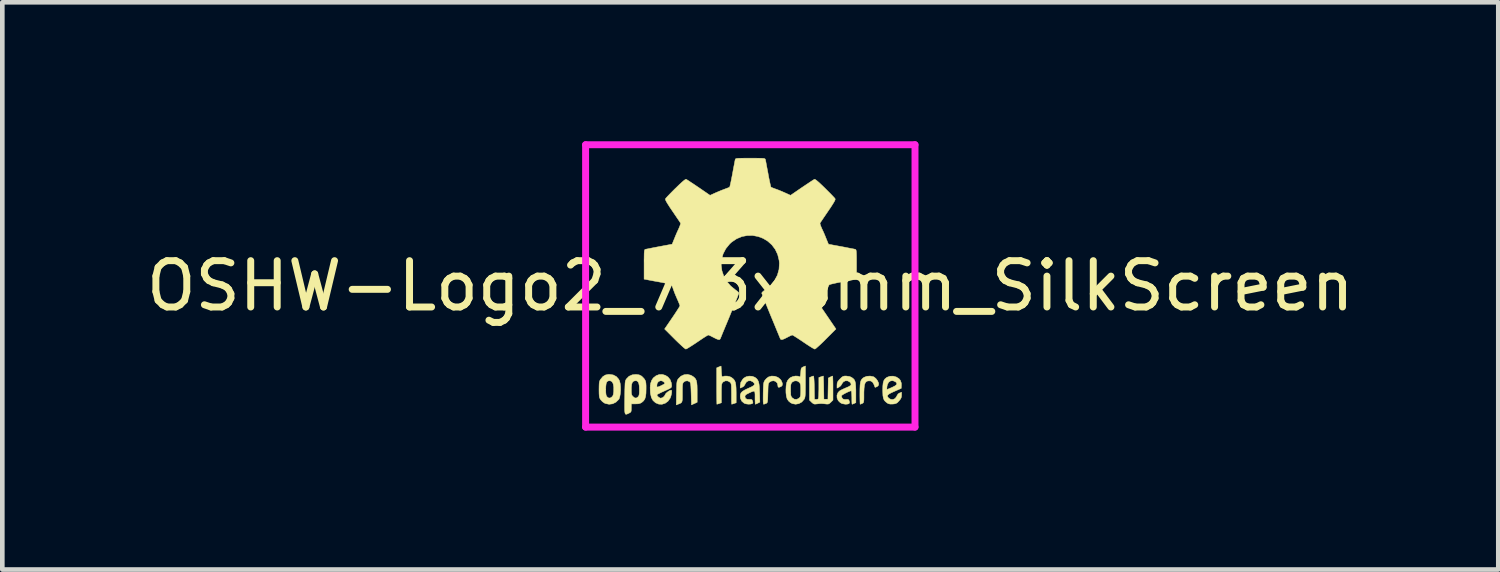
<source format=kicad_pcb>
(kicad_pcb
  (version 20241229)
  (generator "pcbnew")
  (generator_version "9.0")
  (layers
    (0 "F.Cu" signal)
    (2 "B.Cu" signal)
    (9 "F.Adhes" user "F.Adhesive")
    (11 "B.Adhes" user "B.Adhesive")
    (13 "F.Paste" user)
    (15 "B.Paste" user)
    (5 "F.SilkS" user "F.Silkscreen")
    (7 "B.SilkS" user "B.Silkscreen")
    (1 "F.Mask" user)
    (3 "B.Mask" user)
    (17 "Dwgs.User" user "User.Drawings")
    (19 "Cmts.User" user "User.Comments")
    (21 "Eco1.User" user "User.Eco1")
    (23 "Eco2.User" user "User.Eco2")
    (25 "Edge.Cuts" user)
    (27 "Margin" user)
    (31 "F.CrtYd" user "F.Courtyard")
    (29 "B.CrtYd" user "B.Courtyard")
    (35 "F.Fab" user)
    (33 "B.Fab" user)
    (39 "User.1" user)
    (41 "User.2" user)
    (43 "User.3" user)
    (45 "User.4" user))
  (footprint "OSHW-Logo2_7.3x6mm_SilkScreen"
    (layer "F.Cu")
    (at 13.149 3.123)
    (property "Reference" "OSHW-Logo2_7.3x6mm_SilkScreen" (at 0 0 0) (layer "F.SilkS") (effects (font (size 1 1) (thickness 0.15))))
    (attr exclude_from_pos_files exclude_from_bom)
    (fp_poly (pts (xy 2.653 1.959) (xy 2.67 1.966) (xy 2.711 1.999) (xy 2.747 2.047) (xy 2.769 2.097) (xy 2.772 2.122) (xy 2.76 2.157) (xy 2.734 2.175) (xy 2.706 2.187) (xy 2.693 2.189) (xy 2.687 2.174) (xy 2.674 2.141) (xy 2.669 2.127) (xy 2.639 2.076) (xy 2.595 2.05) (xy 2.538 2.051) (xy 2.534 2.052) (xy 2.504 2.067) (xy 2.481 2.094) (xy 2.466 2.139) (xy 2.457 2.205) (xy 2.453 2.294) (xy 2.453 2.341) (xy 2.453 2.416) (xy 2.452 2.467) (xy 2.448 2.499) (xy 2.442 2.518) (xy 2.432 2.529) (xy 2.417 2.537) (xy 2.416 2.538) (xy 2.387 2.55) (xy 2.372 2.555) (xy 2.37 2.541) (xy 2.368 2.503) (xy 2.367 2.446) (xy 2.366 2.374) (xy 2.366 2.322) (xy 2.367 2.22) (xy 2.37 2.143) (xy 2.377 2.086) (xy 2.389 2.045) (xy 2.407 2.014) (xy 2.432 1.99) (xy 2.457 1.973) (xy 2.517 1.951) (xy 2.587 1.946) (xy 2.653 1.959)) (stroke (width 0.01) (type solid)) (fill yes) (layer "F.SilkS"))
    (fp_poly (pts (xy -1.284 1.928) (xy -1.237 1.955) (xy -1.205 1.981) (xy -1.181 2.009) (xy -1.165 2.044) (xy -1.155 2.089) (xy -1.149 2.151) (xy -1.147 2.234) (xy -1.147 2.293) (xy -1.147 2.512) (xy -1.208 2.54) (xy -1.27 2.568) (xy -1.277 2.328) (xy -1.28 2.238) (xy -1.283 2.173) (xy -1.287 2.128) (xy -1.293 2.099) (xy -1.3 2.081) (xy -1.31 2.07) (xy -1.313 2.067) (xy -1.36 2.048) (xy -1.408 2.056) (xy -1.437 2.076) (xy -1.449 2.09) (xy -1.457 2.108) (xy -1.462 2.136) (xy -1.465 2.179) (xy -1.466 2.242) (xy -1.466 2.307) (xy -1.466 2.389) (xy -1.467 2.447) (xy -1.472 2.486) (xy -1.482 2.512) (xy -1.499 2.528) (xy -1.525 2.541) (xy -1.56 2.554) (xy -1.598 2.569) (xy -1.594 2.311) (xy -1.592 2.219) (xy -1.59 2.15) (xy -1.587 2.101) (xy -1.582 2.066) (xy -1.575 2.042) (xy -1.566 2.022) (xy -1.554 2.005) (xy -1.499 1.95) (xy -1.431 1.918) (xy -1.357 1.91) (xy -1.284 1.928)) (stroke (width 0.01) (type solid)) (fill yes) (layer "F.SilkS"))
    (fp_poly (pts (xy 0.53 1.95) (xy 0.596 1.974) (xy 0.649 2.017) (xy 0.67 2.047) (xy 0.693 2.103) (xy 0.692 2.143) (xy 0.669 2.17) (xy 0.66 2.175) (xy 0.622 2.189) (xy 0.602 2.185) (xy 0.595 2.161) (xy 0.595 2.148) (xy 0.583 2.099) (xy 0.551 2.065) (xy 0.508 2.048) (xy 0.459 2.053) (xy 0.419 2.074) (xy 0.405 2.087) (xy 0.396 2.101) (xy 0.389 2.124) (xy 0.385 2.159) (xy 0.383 2.212) (xy 0.381 2.288) (xy 0.38 2.312) (xy 0.378 2.394) (xy 0.376 2.451) (xy 0.372 2.49) (xy 0.367 2.513) (xy 0.359 2.526) (xy 0.347 2.535) (xy 0.339 2.538) (xy 0.307 2.55) (xy 0.288 2.555) (xy 0.282 2.541) (xy 0.278 2.5) (xy 0.277 2.431) (xy 0.278 2.334) (xy 0.278 2.319) (xy 0.28 2.23) (xy 0.283 2.165) (xy 0.286 2.119) (xy 0.292 2.087) (xy 0.3 2.064) (xy 0.311 2.044) (xy 0.317 2.035) (xy 0.35 1.998) (xy 0.388 1.969) (xy 0.392 1.966) (xy 0.459 1.946) (xy 0.53 1.95)) (stroke (width 0.01) (type solid)) (fill yes) (layer "F.SilkS"))
    (fp_poly (pts (xy -0.624 1.851) (xy -0.62 1.911) (xy -0.615 1.946) (xy -0.608 1.961) (xy -0.598 1.961) (xy -0.595 1.959) (xy -0.552 1.946) (xy -0.497 1.947) (xy -0.44 1.96) (xy -0.405 1.978) (xy -0.369 2.006) (xy -0.342 2.038) (xy -0.324 2.078) (xy -0.313 2.132) (xy -0.307 2.204) (xy -0.305 2.299) (xy -0.305 2.317) (xy -0.305 2.523) (xy -0.351 2.539) (xy -0.383 2.549) (xy -0.401 2.554) (xy -0.401 2.555) (xy -0.403 2.541) (xy -0.405 2.503) (xy -0.406 2.446) (xy -0.406 2.375) (xy -0.406 2.332) (xy -0.407 2.247) (xy -0.408 2.186) (xy -0.41 2.144) (xy -0.415 2.117) (xy -0.422 2.098) (xy -0.433 2.085) (xy -0.44 2.078) (xy -0.487 2.051) (xy -0.538 2.049) (xy -0.584 2.072) (xy -0.593 2.08) (xy -0.605 2.095) (xy -0.614 2.114) (xy -0.619 2.14) (xy -0.622 2.18) (xy -0.624 2.238) (xy -0.624 2.318) (xy -0.624 2.523) (xy -0.67 2.539) (xy -0.702 2.549) (xy -0.72 2.554) (xy -0.721 2.555) (xy -0.722 2.541) (xy -0.723 2.501) (xy -0.724 2.441) (xy -0.725 2.362) (xy -0.726 2.269) (xy -0.726 2.167) (xy -0.726 1.769) (xy -0.679 1.749) (xy -0.631 1.73) (xy -0.624 1.851)) (stroke (width 0.01) (type solid)) (fill yes) (layer "F.SilkS"))
    (fp_poly (pts (xy 1.78 1.959) (xy 1.782 1.997) (xy 1.784 2.055) (xy 1.785 2.128) (xy 1.785 2.205) (xy 1.785 2.465) (xy 1.739 2.511) (xy 1.708 2.539) (xy 1.68 2.551) (xy 1.642 2.55) (xy 1.627 2.548) (xy 1.58 2.543) (xy 1.541 2.54) (xy 1.531 2.54) (xy 1.499 2.541) (xy 1.453 2.546) (xy 1.436 2.548) (xy 1.392 2.552) (xy 1.363 2.544) (xy 1.334 2.521) (xy 1.323 2.511) (xy 1.277 2.465) (xy 1.277 1.979) (xy 1.314 1.962) (xy 1.346 1.949) (xy 1.365 1.945) (xy 1.369 1.959) (xy 1.374 1.997) (xy 1.378 2.056) (xy 1.381 2.132) (xy 1.382 2.195) (xy 1.386 2.446) (xy 1.421 2.451) (xy 1.452 2.447) (xy 1.468 2.436) (xy 1.472 2.415) (xy 1.476 2.371) (xy 1.478 2.309) (xy 1.48 2.235) (xy 1.48 2.197) (xy 1.48 1.977) (xy 1.526 1.961) (xy 1.559 1.95) (xy 1.576 1.945) (xy 1.577 1.945) (xy 1.578 1.959) (xy 1.58 1.997) (xy 1.582 2.054) (xy 1.584 2.127) (xy 1.585 2.195) (xy 1.589 2.446) (xy 1.676 2.446) (xy 1.68 2.217) (xy 1.684 1.989) (xy 1.727 1.967) (xy 1.758 1.952) (xy 1.777 1.945) (xy 1.777 1.945) (xy 1.78 1.959)) (stroke (width 0.01) (type solid)) (fill yes) (layer "F.SilkS"))
    (fp_poly (pts (xy -2.959 1.922) (xy -2.891 1.958) (xy -2.841 2.015) (xy -2.823 2.052) (xy -2.809 2.108) (xy -2.802 2.178) (xy -2.801 2.255) (xy -2.807 2.33) (xy -2.818 2.394) (xy -2.834 2.441) (xy -2.839 2.449) (xy -2.9 2.509) (xy -2.971 2.545) (xy -3.049 2.555) (xy -3.127 2.539) (xy -3.149 2.529) (xy -3.192 2.499) (xy -3.229 2.459) (xy -3.233 2.454) (xy -3.247 2.43) (xy -3.257 2.404) (xy -3.262 2.37) (xy -3.265 2.321) (xy -3.266 2.251) (xy -3.266 2.235) (xy -3.266 2.23) (xy -3.121 2.23) (xy -3.12 2.296) (xy -3.116 2.34) (xy -3.109 2.369) (xy -3.098 2.388) (xy -3.092 2.395) (xy -3.057 2.42) (xy -3.023 2.419) (xy -2.989 2.397) (xy -2.969 2.374) (xy -2.957 2.34) (xy -2.95 2.288) (xy -2.949 2.281) (xy -2.948 2.186) (xy -2.96 2.114) (xy -2.985 2.068) (xy -3.023 2.048) (xy -3.037 2.047) (xy -3.073 2.052) (xy -3.097 2.072) (xy -3.112 2.109) (xy -3.119 2.168) (xy -3.121 2.23) (xy -3.266 2.23) (xy -3.265 2.16) (xy -3.263 2.108) (xy -3.258 2.072) (xy -3.249 2.045) (xy -3.236 2.022) (xy -3.233 2.017) (xy -3.184 1.958) (xy -3.13 1.924) (xy -3.064 1.91) (xy -3.042 1.91) (xy -2.959 1.922)) (stroke (width 0.01) (type solid)) (fill yes) (layer "F.SilkS"))
    (fp_poly (pts (xy 3.154 1.967) (xy 3.211 2.004) (xy 3.239 2.038) (xy 3.261 2.099) (xy 3.262 2.147) (xy 3.258 2.212) (xy 3.11 2.277) (xy 3.037 2.31) (xy 2.99 2.337) (xy 2.966 2.36) (xy 2.961 2.383) (xy 2.975 2.407) (xy 2.99 2.424) (xy 3.034 2.45) (xy 3.081 2.452) (xy 3.125 2.432) (xy 3.157 2.391) (xy 3.163 2.376) (xy 3.191 2.331) (xy 3.222 2.312) (xy 3.266 2.296) (xy 3.266 2.358) (xy 3.262 2.4) (xy 3.247 2.436) (xy 3.215 2.477) (xy 3.211 2.482) (xy 3.176 2.519) (xy 3.145 2.538) (xy 3.108 2.547) (xy 3.076 2.55) (xy 3.02 2.551) (xy 2.981 2.542) (xy 2.956 2.528) (xy 2.917 2.497) (xy 2.89 2.465) (xy 2.873 2.423) (xy 2.863 2.368) (xy 2.86 2.291) (xy 2.859 2.253) (xy 2.86 2.206) (xy 2.948 2.206) (xy 2.949 2.231) (xy 2.952 2.235) (xy 2.968 2.23) (xy 3.004 2.215) (xy 3.052 2.194) (xy 3.062 2.19) (xy 3.123 2.159) (xy 3.157 2.132) (xy 3.164 2.106) (xy 3.146 2.08) (xy 3.132 2.069) (xy 3.079 2.046) (xy 3.03 2.05) (xy 2.989 2.078) (xy 2.961 2.127) (xy 2.952 2.166) (xy 2.948 2.206) (xy 2.86 2.206) (xy 2.861 2.162) (xy 2.868 2.095) (xy 2.882 2.047) (xy 2.904 2.011) (xy 2.937 1.983) (xy 2.951 1.973) (xy 3.015 1.95) (xy 3.085 1.948) (xy 3.154 1.967)) (stroke (width 0.01) (type solid)) (fill yes) (layer "F.SilkS"))
    (fp_poly (pts (xy 1.19 2.065) (xy 1.19 2.174) (xy 1.189 2.257) (xy 1.188 2.32) (xy 1.185 2.365) (xy 1.181 2.397) (xy 1.175 2.421) (xy 1.167 2.439) (xy 1.161 2.449) (xy 1.112 2.506) (xy 1.049 2.541) (xy 0.98 2.554) (xy 0.911 2.542) (xy 0.869 2.522) (xy 0.826 2.485) (xy 0.796 2.441) (xy 0.779 2.383) (xy 0.77 2.306) (xy 0.769 2.25) (xy 0.769 2.246) (xy 0.871 2.246) (xy 0.871 2.311) (xy 0.874 2.354) (xy 0.881 2.382) (xy 0.893 2.402) (xy 0.906 2.417) (xy 0.953 2.447) (xy 1.004 2.449) (xy 1.051 2.425) (xy 1.055 2.421) (xy 1.071 2.404) (xy 1.081 2.383) (xy 1.086 2.352) (xy 1.088 2.305) (xy 1.089 2.252) (xy 1.088 2.185) (xy 1.085 2.141) (xy 1.078 2.112) (xy 1.066 2.091) (xy 1.057 2.08) (xy 1.013 2.052) (xy 0.962 2.049) (xy 0.914 2.07) (xy 0.904 2.078) (xy 0.889 2.096) (xy 0.879 2.117) (xy 0.873 2.148) (xy 0.871 2.196) (xy 0.871 2.246) (xy 0.769 2.246) (xy 0.773 2.159) (xy 0.785 2.09) (xy 0.807 2.039) (xy 0.842 1.998) (xy 0.869 1.978) (xy 0.919 1.956) (xy 0.976 1.945) (xy 1.03 1.948) (xy 1.06 1.959) (xy 1.071 1.962) (xy 1.079 1.951) (xy 1.084 1.919) (xy 1.089 1.871) (xy 1.093 1.817) (xy 1.099 1.784) (xy 1.111 1.766) (xy 1.131 1.754) (xy 1.143 1.748) (xy 1.19 1.729) (xy 1.19 2.065)) (stroke (width 0.01) (type solid)) (fill yes) (layer "F.SilkS"))
    (fp_poly (pts (xy -1.832 1.931) (xy -1.774 1.97) (xy -1.73 2.025) (xy -1.704 2.096) (xy -1.698 2.148) (xy -1.699 2.17) (xy -1.704 2.187) (xy -1.718 2.201) (xy -1.745 2.218) (xy -1.79 2.239) (xy -1.857 2.269) (xy -1.858 2.27) (xy -1.92 2.298) (xy -1.97 2.323) (xy -2.005 2.342) (xy -2.017 2.353) (xy -2.017 2.353) (xy -2.006 2.376) (xy -1.98 2.402) (xy -1.949 2.42) (xy -1.934 2.424) (xy -1.891 2.411) (xy -1.855 2.379) (xy -1.837 2.345) (xy -1.82 2.319) (xy -1.787 2.29) (xy -1.748 2.264) (xy -1.713 2.25) (xy -1.706 2.25) (xy -1.698 2.262) (xy -1.697 2.294) (xy -1.703 2.337) (xy -1.715 2.383) (xy -1.73 2.423) (xy -1.731 2.424) (xy -1.777 2.489) (xy -1.837 2.533) (xy -1.906 2.555) (xy -1.976 2.552) (xy -2.044 2.524) (xy -2.047 2.522) (xy -2.101 2.473) (xy -2.136 2.41) (xy -2.155 2.327) (xy -2.158 2.304) (xy -2.162 2.194) (xy -2.157 2.143) (xy -2.017 2.143) (xy -2.016 2.175) (xy -2.006 2.184) (xy -1.981 2.177) (xy -1.942 2.161) (xy -1.899 2.14) (xy -1.898 2.139) (xy -1.861 2.12) (xy -1.846 2.107) (xy -1.85 2.093) (xy -1.865 2.076) (xy -1.904 2.05) (xy -1.946 2.048) (xy -1.984 2.067) (xy -2.01 2.103) (xy -2.017 2.143) (xy -2.157 2.143) (xy -2.153 2.106) (xy -2.128 2.036) (xy -2.095 1.987) (xy -2.033 1.938) (xy -1.966 1.913) (xy -1.897 1.912) (xy -1.832 1.931)) (stroke (width 0.01) (type solid)) (fill yes) (layer "F.SilkS"))
    (fp_poly (pts (xy 0.04 1.951) (xy 0.097 1.972) (xy 0.097 1.972) (xy 0.132 1.998) (xy 0.158 2.029) (xy 0.177 2.068) (xy 0.189 2.121) (xy 0.196 2.194) (xy 0.2 2.289) (xy 0.201 2.303) (xy 0.206 2.509) (xy 0.162 2.532) (xy 0.13 2.547) (xy 0.11 2.554) (xy 0.11 2.555) (xy 0.106 2.541) (xy 0.104 2.505) (xy 0.102 2.451) (xy 0.102 2.408) (xy 0.102 2.339) (xy 0.098 2.295) (xy 0.087 2.274) (xy 0.064 2.273) (xy 0.022 2.289) (xy -0.04 2.318) (xy -0.086 2.342) (xy -0.109 2.363) (xy -0.116 2.386) (xy -0.116 2.387) (xy -0.105 2.426) (xy -0.071 2.447) (xy -0.019 2.451) (xy 0.018 2.45) (xy 0.038 2.461) (xy 0.05 2.487) (xy 0.057 2.519) (xy 0.047 2.538) (xy 0.043 2.541) (xy 0.007 2.551) (xy -0.043 2.553) (xy -0.095 2.546) (xy -0.132 2.533) (xy -0.183 2.49) (xy -0.212 2.429) (xy -0.218 2.382) (xy -0.213 2.34) (xy -0.198 2.305) (xy -0.166 2.275) (xy -0.115 2.244) (xy -0.041 2.209) (xy -0.036 2.207) (xy 0.031 2.176) (xy 0.072 2.151) (xy 0.09 2.128) (xy 0.086 2.105) (xy 0.063 2.078) (xy 0.056 2.072) (xy 0.009 2.048) (xy -0.04 2.049) (xy -0.082 2.072) (xy -0.111 2.116) (xy -0.113 2.124) (xy -0.139 2.165) (xy -0.171 2.185) (xy -0.218 2.205) (xy -0.218 2.154) (xy -0.204 2.08) (xy -0.161 2.012) (xy -0.139 1.99) (xy -0.089 1.961) (xy -0.026 1.947) (xy 0.04 1.951)) (stroke (width 0.01) (type solid)) (fill yes) (layer "F.SilkS"))
    (fp_poly (pts (xy -2.4 1.92) (xy -2.345 1.948) (xy -2.296 1.998) (xy -2.282 2.017) (xy -2.268 2.042) (xy -2.258 2.069) (xy -2.253 2.105) (xy -2.25 2.156) (xy -2.25 2.224) (xy -2.252 2.318) (xy -2.261 2.388) (xy -2.277 2.44) (xy -2.303 2.48) (xy -2.34 2.513) (xy -2.342 2.515) (xy -2.379 2.535) (xy -2.422 2.545) (xy -2.478 2.547) (xy -2.569 2.547) (xy -2.569 2.635) (xy -2.57 2.684) (xy -2.575 2.713) (xy -2.588 2.73) (xy -2.614 2.745) (xy -2.62 2.748) (xy -2.649 2.762) (xy -2.672 2.77) (xy -2.688 2.771) (xy -2.7 2.761) (xy -2.707 2.737) (xy -2.712 2.696) (xy -2.713 2.636) (xy -2.713 2.553) (xy -2.712 2.445) (xy -2.711 2.413) (xy -2.71 2.302) (xy -2.709 2.229) (xy -2.569 2.229) (xy -2.568 2.29) (xy -2.565 2.331) (xy -2.557 2.358) (xy -2.543 2.378) (xy -2.533 2.388) (xy -2.495 2.418) (xy -2.46 2.42) (xy -2.425 2.396) (xy -2.424 2.395) (xy -2.409 2.376) (xy -2.401 2.351) (xy -2.396 2.312) (xy -2.395 2.252) (xy -2.395 2.238) (xy -2.398 2.156) (xy -2.409 2.099) (xy -2.429 2.064) (xy -2.458 2.048) (xy -2.476 2.047) (xy -2.516 2.054) (xy -2.544 2.078) (xy -2.561 2.123) (xy -2.568 2.191) (xy -2.569 2.229) (xy -2.709 2.229) (xy -2.708 2.215) (xy -2.706 2.15) (xy -2.704 2.103) (xy -2.7 2.069) (xy -2.694 2.045) (xy -2.687 2.028) (xy -2.677 2.012) (xy -2.673 2.006) (xy -2.619 1.951) (xy -2.55 1.92) (xy -2.47 1.911) (xy -2.4 1.92)) (stroke (width 0.01) (type solid)) (fill yes) (layer "F.SilkS"))
    (fp_poly (pts (xy 2.145 1.956) (xy 2.187 1.975) (xy 2.219 1.998) (xy 2.244 2.024) (xy 2.26 2.057) (xy 2.271 2.103) (xy 2.276 2.165) (xy 2.279 2.249) (xy 2.279 2.305) (xy 2.279 2.521) (xy 2.242 2.538) (xy 2.213 2.55) (xy 2.198 2.555) (xy 2.195 2.541) (xy 2.193 2.505) (xy 2.192 2.452) (xy 2.192 2.409) (xy 2.19 2.348) (xy 2.187 2.3) (xy 2.182 2.271) (xy 2.178 2.264) (xy 2.153 2.271) (xy 2.112 2.287) (xy 2.066 2.309) (xy 2.021 2.333) (xy 1.986 2.355) (xy 1.97 2.37) (xy 1.97 2.37) (xy 1.971 2.397) (xy 1.984 2.423) (xy 2.006 2.444) (xy 2.038 2.451) (xy 2.065 2.451) (xy 2.104 2.45) (xy 2.124 2.459) (xy 2.136 2.483) (xy 2.138 2.488) (xy 2.143 2.522) (xy 2.129 2.543) (xy 2.092 2.552) (xy 2.052 2.554) (xy 1.981 2.541) (xy 1.943 2.521) (xy 1.898 2.476) (xy 1.873 2.42) (xy 1.871 2.361) (xy 1.892 2.306) (xy 1.923 2.271) (xy 1.953 2.252) (xy 2.002 2.228) (xy 2.058 2.203) (xy 2.068 2.199) (xy 2.13 2.172) (xy 2.166 2.148) (xy 2.177 2.124) (xy 2.167 2.097) (xy 2.148 2.076) (xy 2.104 2.05) (xy 2.056 2.048) (xy 2.012 2.068) (xy 1.981 2.108) (xy 1.977 2.118) (xy 1.952 2.156) (xy 1.917 2.184) (xy 1.872 2.207) (xy 1.872 2.141) (xy 1.875 2.102) (xy 1.886 2.07) (xy 1.911 2.036) (xy 1.935 2.01) (xy 1.972 1.974) (xy 2.001 1.954) (xy 2.033 1.946) (xy 2.068 1.945) (xy 2.145 1.956)) (stroke (width 0.01) (type solid)) (fill yes) (layer "F.SilkS"))
    (fp_poly (pts (xy 0.104 -2.758) (xy 0.182 -2.757) (xy 0.239 -2.756) (xy 0.278 -2.754) (xy 0.303 -2.75) (xy 0.316 -2.744) (xy 0.323 -2.737) (xy 0.326 -2.726) (xy 0.327 -2.725) (xy 0.332 -2.701) (xy 0.341 -2.653) (xy 0.353 -2.587) (xy 0.368 -2.508) (xy 0.385 -2.42) (xy 0.385 -2.417) (xy 0.401 -2.331) (xy 0.417 -2.255) (xy 0.43 -2.194) (xy 0.44 -2.152) (xy 0.446 -2.133) (xy 0.447 -2.133) (xy 0.465 -2.124) (xy 0.502 -2.109) (xy 0.551 -2.091) (xy 0.552 -2.091) (xy 0.613 -2.068) (xy 0.686 -2.038) (xy 0.754 -2.008) (xy 0.757 -2.007) (xy 0.869 -1.956) (xy 1.115 -2.125) (xy 1.191 -2.176) (xy 1.26 -2.222) (xy 1.317 -2.26) (xy 1.359 -2.287) (xy 1.383 -2.301) (xy 1.385 -2.302) (xy 1.402 -2.298) (xy 1.434 -2.275) (xy 1.481 -2.235) (xy 1.546 -2.174) (xy 1.612 -2.11) (xy 1.676 -2.046) (xy 1.733 -1.989) (xy 1.78 -1.94) (xy 1.814 -1.904) (xy 1.83 -1.884) (xy 1.831 -1.883) (xy 1.833 -1.869) (xy 1.826 -1.847) (xy 1.809 -1.814) (xy 1.779 -1.765) (xy 1.737 -1.699) (xy 1.679 -1.614) (xy 1.629 -1.54) (xy 1.583 -1.473) (xy 1.546 -1.417) (xy 1.519 -1.378) (xy 1.506 -1.357) (xy 1.505 -1.356) (xy 1.507 -1.336) (xy 1.519 -1.298) (xy 1.54 -1.248) (xy 1.547 -1.232) (xy 1.58 -1.162) (xy 1.614 -1.082) (xy 1.642 -1.012) (xy 1.663 -0.961) (xy 1.679 -0.922) (xy 1.688 -0.901) (xy 1.689 -0.9) (xy 1.706 -0.897) (xy 1.746 -0.89) (xy 1.804 -0.879) (xy 1.875 -0.866) (xy 1.952 -0.852) (xy 2.032 -0.837) (xy 2.107 -0.822) (xy 2.174 -0.809) (xy 2.227 -0.799) (xy 2.26 -0.792) (xy 2.268 -0.79) (xy 2.276 -0.785) (xy 2.283 -0.774) (xy 2.287 -0.754) (xy 2.29 -0.72) (xy 2.292 -0.67) (xy 2.293 -0.599) (xy 2.293 -0.504) (xy 2.293 -0.465) (xy 2.293 -0.147) (xy 2.217 -0.132) (xy 2.175 -0.124) (xy 2.111 -0.112) (xy 2.035 -0.098) (xy 1.953 -0.083) (xy 1.93 -0.079) (xy 1.855 -0.064) (xy 1.789 -0.049) (xy 1.738 -0.037) (xy 1.709 -0.027) (xy 1.704 -0.024) (xy 1.691 -0.003) (xy 1.674 0.038) (xy 1.655 0.09) (xy 1.651 0.102) (xy 1.625 0.172) (xy 1.594 0.25) (xy 1.563 0.321) (xy 1.563 0.322) (xy 1.511 0.433) (xy 1.68 0.681) (xy 1.849 0.93) (xy 1.632 1.147) (xy 1.567 1.212) (xy 1.507 1.269) (xy 1.456 1.315) (xy 1.418 1.348) (xy 1.396 1.363) (xy 1.392 1.364) (xy 1.374 1.356) (xy 1.335 1.335) (xy 1.281 1.301) (xy 1.216 1.259) (xy 1.146 1.212) (xy 1.075 1.164) (xy 1.011 1.122) (xy 0.959 1.089) (xy 0.923 1.067) (xy 0.907 1.06) (xy 0.887 1.066) (xy 0.85 1.083) (xy 0.803 1.107) (xy 0.798 1.11) (xy 0.734 1.142) (xy 0.69 1.158) (xy 0.663 1.158) (xy 0.649 1.143) (xy 0.649 1.143) (xy 0.642 1.126) (xy 0.625 1.085) (xy 0.6 1.024) (xy 0.567 0.945) (xy 0.529 0.852) (xy 0.486 0.748) (xy 0.444 0.648) (xy 0.399 0.537) (xy 0.357 0.434) (xy 0.32 0.342) (xy 0.289 0.265) (xy 0.266 0.206) (xy 0.251 0.167) (xy 0.247 0.153) (xy 0.258 0.136) (xy 0.287 0.11) (xy 0.326 0.081) (xy 0.437 -0.011) (xy 0.523 -0.116) (xy 0.585 -0.233) (xy 0.62 -0.358) (xy 0.628 -0.49) (xy 0.622 -0.552) (xy 0.591 -0.678) (xy 0.538 -0.79) (xy 0.466 -0.886) (xy 0.378 -0.965) (xy 0.278 -1.026) (xy 0.168 -1.067) (xy 0.053 -1.089) (xy -0.065 -1.088) (xy -0.181 -1.066) (xy -0.294 -1.019) (xy -0.4 -0.948) (xy -0.444 -0.908) (xy -0.528 -0.805) (xy -0.587 -0.692) (xy -0.62 -0.573) (xy -0.629 -0.451) (xy -0.613 -0.329) (xy -0.573 -0.211) (xy -0.51 -0.1) (xy -0.423 0.002) (xy -0.326 0.081) (xy -0.286 0.111) (xy -0.257 0.137) (xy -0.247 0.153) (xy -0.252 0.17) (xy -0.267 0.21) (xy -0.291 0.272) (xy -0.323 0.35) (xy -0.36 0.443) (xy -0.403 0.546) (xy -0.444 0.648) (xy -0.49 0.759) (xy -0.533 0.862) (xy -0.571 0.953) (xy -0.603 1.03) (xy -0.627 1.09) (xy -0.643 1.129) (xy -0.649 1.143) (xy -0.663 1.158) (xy -0.69 1.158) (xy -0.734 1.142) (xy -0.797 1.11) (xy -0.798 1.11) (xy -0.845 1.085) (xy -0.884 1.067) (xy -0.906 1.06) (xy -0.907 1.06) (xy -0.923 1.067) (xy -0.96 1.089) (xy -1.012 1.122) (xy -1.075 1.164) (xy -1.146 1.212) (xy -1.218 1.26) (xy -1.283 1.302) (xy -1.336 1.335) (xy -1.374 1.357) (xy -1.392 1.364) (xy -1.409 1.354) (xy -1.443 1.327) (xy -1.49 1.284) (xy -1.547 1.231) (xy -1.612 1.168) (xy -1.633 1.147) (xy -1.85 0.93) (xy -1.684 0.687) (xy -1.634 0.613) (xy -1.59 0.546) (xy -1.555 0.491) (xy -1.53 0.451) (xy -1.519 0.43) (xy -1.519 0.429) (xy -1.525 0.409) (xy -1.54 0.37) (xy -1.562 0.317) (xy -1.578 0.282) (xy -1.607 0.215) (xy -1.635 0.147) (xy -1.656 0.09) (xy -1.662 0.073) (xy -1.679 0.026) (xy -1.695 -0.01) (xy -1.704 -0.024) (xy -1.723 -0.032) (xy -1.766 -0.044) (xy -1.826 -0.058) (xy -1.898 -0.073) (xy -1.93 -0.079) (xy -2.012 -0.094) (xy -2.091 -0.108) (xy -2.159 -0.121) (xy -2.208 -0.13) (xy -2.217 -0.132) (xy -2.293 -0.147) (xy -2.293 -0.465) (xy -2.293 -0.569) (xy -2.292 -0.648) (xy -2.291 -0.705) (xy -2.288 -0.744) (xy -2.284 -0.769) (xy -2.279 -0.782) (xy -2.271 -0.789) (xy -2.268 -0.79) (xy -2.249 -0.794) (xy -2.207 -0.802) (xy -2.148 -0.814) (xy -2.077 -0.828) (xy -1.999 -0.843) (xy -1.92 -0.858) (xy -1.845 -0.872) (xy -1.779 -0.884) (xy -1.727 -0.894) (xy -1.696 -0.899) (xy -1.689 -0.9) (xy -1.683 -0.912) (xy -1.669 -0.946) (xy -1.65 -0.994) (xy -1.642 -1.012) (xy -1.613 -1.085) (xy -1.578 -1.165) (xy -1.547 -1.232) (xy -1.525 -1.284) (xy -1.51 -1.326) (xy -1.504 -1.352) (xy -1.505 -1.356) (xy -1.516 -1.372) (xy -1.54 -1.409) (xy -1.576 -1.461) (xy -1.62 -1.526) (xy -1.67 -1.6) (xy -1.68 -1.614) (xy -1.738 -1.7) (xy -1.78 -1.766) (xy -1.809 -1.814) (xy -1.826 -1.847) (xy -1.833 -1.869) (xy -1.831 -1.883) (xy -1.831 -1.883) (xy -1.816 -1.901) (xy -1.785 -1.935) (xy -1.739 -1.983) (xy -1.683 -2.04) (xy -1.62 -2.103) (xy -1.612 -2.11) (xy -1.533 -2.187) (xy -1.471 -2.244) (xy -1.427 -2.281) (xy -1.398 -2.3) (xy -1.385 -2.302) (xy -1.367 -2.292) (xy -1.328 -2.267) (xy -1.274 -2.231) (xy -1.207 -2.187) (xy -1.133 -2.137) (xy -1.115 -2.125) (xy -0.869 -1.956) (xy -0.757 -2.007) (xy -0.69 -2.036) (xy -0.617 -2.066) (xy -0.554 -2.09) (xy -0.552 -2.091) (xy -0.503 -2.109) (xy -0.465 -2.124) (xy -0.447 -2.133) (xy -0.447 -2.133) (xy -0.441 -2.149) (xy -0.431 -2.19) (xy -0.418 -2.25) (xy -0.403 -2.325) (xy -0.386 -2.41) (xy -0.385 -2.417) (xy -0.369 -2.505) (xy -0.354 -2.585) (xy -0.341 -2.651) (xy -0.332 -2.7) (xy -0.327 -2.725) (xy -0.327 -2.725) (xy -0.323 -2.736) (xy -0.317 -2.744) (xy -0.305 -2.75) (xy -0.281 -2.753) (xy -0.244 -2.756) (xy -0.19 -2.757) (xy -0.114 -2.758) (xy -0.013 -2.758) (xy 0 -2.758) (xy 0.104 -2.758)) (stroke (width 0.01) (type solid)) (fill yes) (layer "F.SilkS"))
    (fp_line (start -3.556 -3.048) (end -3.556 3.048) (stroke (width 0.15) (type solid)) (layer "F.CrtYd"))
    (fp_line (start -3.556 3.048) (end 3.556 3.048) (stroke (width 0.15) (type solid)) (layer "F.CrtYd"))
    (fp_line (start 3.556 -3.048) (end -3.556 -3.048) (stroke (width 0.15) (type solid)) (layer "F.CrtYd"))
    (fp_line (start 3.556 3.048) (end 3.556 -3.048) (stroke (width 0.15) (type solid)) (layer "F.CrtYd")))
  (gr_rect
    (start -3 -3)
    (end 29.298 9.246)
    (stroke (width 0.1) (type default))
    (fill no)
    (layer "Edge.Cuts")))
</source>
